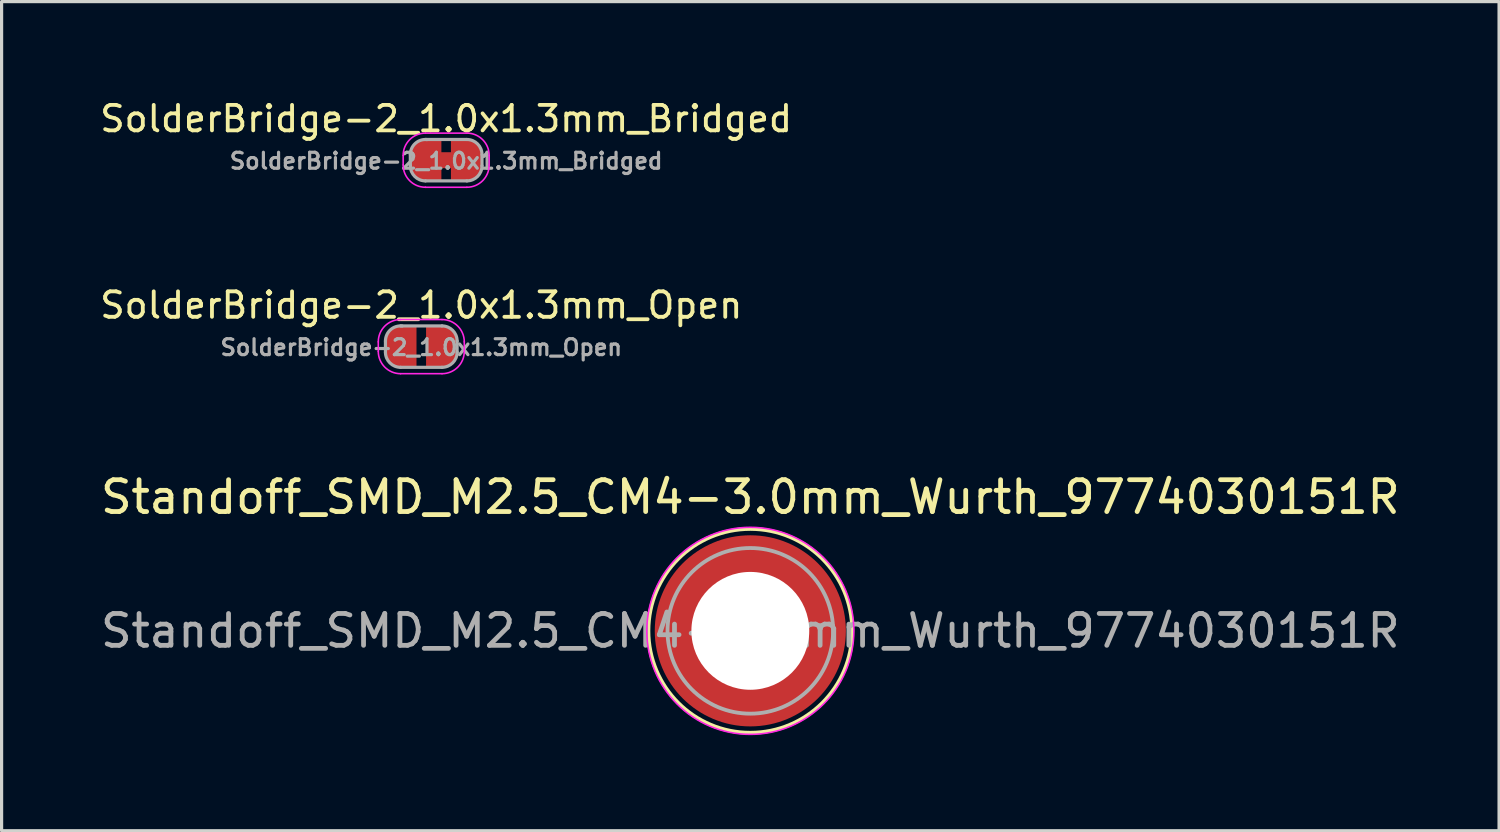
<source format=kicad_pcb>
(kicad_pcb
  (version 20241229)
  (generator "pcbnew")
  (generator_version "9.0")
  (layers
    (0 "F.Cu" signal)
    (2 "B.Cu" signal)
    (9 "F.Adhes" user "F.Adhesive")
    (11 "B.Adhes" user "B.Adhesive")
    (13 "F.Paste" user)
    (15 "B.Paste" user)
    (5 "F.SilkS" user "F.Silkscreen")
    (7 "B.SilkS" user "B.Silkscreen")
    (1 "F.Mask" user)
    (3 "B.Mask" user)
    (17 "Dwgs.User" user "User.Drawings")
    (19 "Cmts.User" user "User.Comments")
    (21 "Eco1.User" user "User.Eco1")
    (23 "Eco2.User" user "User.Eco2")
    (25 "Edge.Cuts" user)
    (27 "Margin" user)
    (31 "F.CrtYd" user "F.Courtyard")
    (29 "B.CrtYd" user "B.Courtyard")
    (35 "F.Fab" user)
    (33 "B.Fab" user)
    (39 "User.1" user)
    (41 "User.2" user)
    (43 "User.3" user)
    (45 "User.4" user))
  (footprint "SolderBridge-2_1.0x1.3mm_Bridged"
    (layer "F.Cu")
    (at 10.957 1.979)
    (property "Reference" "SolderBridge-2_1.0x1.3mm_Bridged" (at 0 -1.3 0) (layer "F.SilkS") (effects (font (size 0.8 0.8) (thickness 0.12))))
    (attr exclude_from_pos_files exclude_from_bom)
    (fp_poly (pts (xy 0.25 -0.25) (xy -0.25 -0.25) (xy -0.25 0.25) (xy 0.25 0.25)) (stroke (width 0) (type solid)) (fill yes) (layer "F.Cu"))
    (fp_line (start -1.35 0.15) (end -1.35 -0.15) (stroke (width 0.05) (type solid)) (layer "F.CrtYd"))
    (fp_line (start -0.65 0.85) (end 0.65 0.85) (stroke (width 0.05) (type solid)) (layer "F.CrtYd"))
    (fp_line (start 0.65 -0.85) (end -0.65 -0.85) (stroke (width 0.05) (type solid)) (layer "F.CrtYd"))
    (fp_line (start 1.35 -0.15) (end 1.35 0.15) (stroke (width 0.05) (type solid)) (layer "F.CrtYd"))
    (fp_arc (start -1.35 -0.15) (mid -1.144975 -0.644975) (end -0.65 -0.85) (stroke (width 0.05) (type solid)) (layer "F.CrtYd"))
    (fp_arc (start -0.65 0.85) (mid -1.144975 0.644975) (end -1.35 0.15) (stroke (width 0.05) (type solid)) (layer "F.CrtYd"))
    (fp_arc (start 0.65 -0.85) (mid 1.144975 -0.644975) (end 1.35 -0.15) (stroke (width 0.05) (type solid)) (layer "F.CrtYd"))
    (fp_arc (start 1.35 0.15) (mid 1.144975 0.644975) (end 0.65 0.85) (stroke (width 0.05) (type solid)) (layer "F.CrtYd"))
    (fp_line (start -1.125 0.175) (end -1.125 -0.175) (stroke (width 0.1) (type solid)) (layer "F.Fab"))
    (fp_line (start -0.65 0.65) (end 0.65 0.65) (stroke (width 0.1) (type solid)) (layer "F.Fab"))
    (fp_line (start 0.65 -0.65) (end -0.65 -0.65) (stroke (width 0.1) (type solid)) (layer "F.Fab"))
    (fp_line (start 1.125 -0.175) (end 1.125 0.175) (stroke (width 0.1) (type solid)) (layer "F.Fab"))
    (fp_arc (start -1.124999 -0.175) (mid -0.967809 -0.528019) (end -0.600274 -0.64739) (stroke (width 0.1) (type solid)) (layer "F.Fab"))
    (fp_arc (start -0.649999 0.650001) (mid -0.985876 0.510877) (end -1.125 0.175) (stroke (width 0.1) (type solid)) (layer "F.Fab"))
    (fp_arc (start 0.65 -0.65) (mid 0.985876 -0.510876) (end 1.125 -0.175) (stroke (width 0.1) (type solid)) (layer "F.Fab"))
    (fp_arc (start 1.125 0.175) (mid 0.985876 0.510876) (end 0.65 0.65) (stroke (width 0.1) (type solid)) (layer "F.Fab"))
    (fp_text user "${REFERENCE}" (at 0 0.025 0) (layer "F.Fab") (effects (font (size 0.5 0.5) (thickness 0.1) (bold yes))))
    (pad "1" smd roundrect (at -0.65 0 180) (size 1 1.3) (layers "F.Cu" "F.Mask") (roundrect_rratio 0.5) (chamfer_ratio 0) (chamfer top_left bottom_left))
    (pad "2" smd roundrect (at 0.65 0) (size 1 1.3) (layers "F.Cu" "F.Mask") (roundrect_rratio 0.5) (chamfer_ratio 0) (chamfer top_left bottom_left)))
  (footprint "SolderBridge-2_1.0x1.3mm_Open"
    (layer "F.Cu")
    (at 10.176 7.832)
    (property "Reference" "SolderBridge-2_1.0x1.3mm_Open" (at 0 -1.3 0) (layer "F.SilkS") (effects (font (size 0.8 0.8) (thickness 0.12))))
    (attr exclude_from_pos_files exclude_from_bom)
    (fp_line (start -1.35 0.15) (end -1.35 -0.15) (stroke (width 0.05) (type solid)) (layer "F.CrtYd"))
    (fp_line (start -0.65 0.85) (end 0.65 0.85) (stroke (width 0.05) (type solid)) (layer "F.CrtYd"))
    (fp_line (start 0.65 -0.85) (end -0.65 -0.85) (stroke (width 0.05) (type solid)) (layer "F.CrtYd"))
    (fp_line (start 1.35 -0.15) (end 1.35 0.15) (stroke (width 0.05) (type solid)) (layer "F.CrtYd"))
    (fp_arc (start -1.35 -0.15) (mid -1.144975 -0.644975) (end -0.65 -0.85) (stroke (width 0.05) (type solid)) (layer "F.CrtYd"))
    (fp_arc (start -0.65 0.85) (mid -1.144975 0.644975) (end -1.35 0.15) (stroke (width 0.05) (type solid)) (layer "F.CrtYd"))
    (fp_arc (start 0.65 -0.85) (mid 1.144975 -0.644975) (end 1.35 -0.15) (stroke (width 0.05) (type solid)) (layer "F.CrtYd"))
    (fp_arc (start 1.35 0.15) (mid 1.144975 0.644975) (end 0.65 0.85) (stroke (width 0.05) (type solid)) (layer "F.CrtYd"))
    (fp_line (start -1.125 0.175) (end -1.125 -0.175) (stroke (width 0.1) (type solid)) (layer "F.Fab"))
    (fp_line (start -0.65 0.65) (end 0.65 0.65) (stroke (width 0.1) (type solid)) (layer "F.Fab"))
    (fp_line (start 0.65 -0.65) (end -0.65 -0.65) (stroke (width 0.1) (type solid)) (layer "F.Fab"))
    (fp_line (start 1.125 -0.175) (end 1.125 0.175) (stroke (width 0.1) (type solid)) (layer "F.Fab"))
    (fp_arc (start -1.124999 -0.175) (mid -0.967809 -0.528019) (end -0.600274 -0.64739) (stroke (width 0.1) (type solid)) (layer "F.Fab"))
    (fp_arc (start -0.649999 0.650001) (mid -0.985876 0.510877) (end -1.125 0.175) (stroke (width 0.1) (type solid)) (layer "F.Fab"))
    (fp_arc (start 0.65 -0.65) (mid 0.985876 -0.510876) (end 1.125 -0.175) (stroke (width 0.1) (type solid)) (layer "F.Fab"))
    (fp_arc (start 1.125 0.175) (mid 0.985876 0.510876) (end 0.65 0.65) (stroke (width 0.1) (type solid)) (layer "F.Fab"))
    (fp_text user "${REFERENCE}" (at 0 0.025 0) (layer "F.Fab") (effects (font (size 0.5 0.5) (thickness 0.1) (bold yes))))
    (pad "1" smd roundrect (at -0.65 0 180) (size 1 1.3) (layers "F.Cu" "F.Mask") (roundrect_rratio 0.5) (chamfer_ratio 0) (chamfer top_left bottom_left))
    (pad "2" smd roundrect (at 0.65 0) (size 1 1.3) (layers "F.Cu" "F.Mask") (roundrect_rratio 0.5) (chamfer_ratio 0) (chamfer top_left bottom_left)))
  (footprint "Standoff_SMD_M2.5_CM4-3.0mm_Wurth_9774030151R"
    (layer "F.Cu")
    (at 20.506 16.755)
    (property "Reference" "Standoff_SMD_M2.5_CM4-3.0mm_Wurth_9774030151R" (at 0 -4.2 0) (unlocked yes) (layer "F.SilkS") (effects (font (size 1 1) (thickness 0.15))))
    (attr smd)
    (fp_circle (center 0 0) (end 3.2 0) (stroke (width 0.12) (type default)) (fill no) (layer "F.SilkS"))
    (fp_poly (pts (xy -1.865 0.335) (xy -1.86 0.369) (xy -1.845 0.434) (xy -1.815 0.549) (xy -1.79 0.623) (xy -1.755 0.713) (xy -1.735 0.763) (xy -1.691 0.858) (xy -1.651 0.933) (xy -1.581 1.047) (xy -1.536 1.112) (xy -1.501 1.157) (xy -1.441 1.232) (xy -1.391 1.287) (xy -1.351 1.331) (xy -1.312 1.366) (xy -1.232 1.441) (xy -1.177 1.486) (xy -1.132 1.521) (xy -1.077 1.561) (xy -1.022 1.596) (xy -0.957 1.636) (xy -0.888 1.676) (xy -0.808 1.715) (xy -0.728 1.75) (xy -0.643 1.785) (xy -0.569 1.81) (xy -0.494 1.83) (xy -0.414 1.85) (xy -0.364 1.86) (xy -0.34 1.865) (xy -0.32 1.865) (xy -0.32 2.911) (xy -0.351 2.905) (xy -0.421 2.895) (xy -0.511 2.88) (xy -0.591 2.865) (xy -0.666 2.85) (xy -0.766 2.825) (xy -0.851 2.8) (xy -0.942 2.77) (xy -1.012 2.745) (xy -1.092 2.715) (xy -1.177 2.68) (xy -1.252 2.645) (xy -1.372 2.584) (xy -1.442 2.544) (xy -1.513 2.504) (xy -1.583 2.459) (xy -1.623 2.434) (xy -1.688 2.389) (xy -1.738 2.354) (xy -1.783 2.319) (xy -1.848 2.269) (xy -1.913 2.214) (xy -1.953 2.179) (xy -2.018 2.119) (xy -2.079 2.059) (xy -2.129 2.008) (xy -2.169 1.963) (xy -2.209 1.918) (xy -2.264 1.853) (xy -2.304 1.803) (xy -2.349 1.743) (xy -2.399 1.673) (xy -2.444 1.608) (xy -2.494 1.528) (xy -2.529 1.473) (xy -2.574 1.387) (xy -2.614 1.317) (xy -2.655 1.232) (xy -2.685 1.162) (xy -2.73 1.057) (xy -2.765 0.957) (xy -2.79 0.882) (xy -2.815 0.801) (xy -2.845 0.681) (xy -2.865 0.596) (xy -2.88 0.516) (xy -2.895 0.431) (xy -2.905 0.35) (xy -2.905 0.32) (xy -1.865 0.32)) (stroke (width 0) (type default)) (fill yes) (layer "F.Paste"))
    (fp_poly (pts (xy -0.32 -1.865) (xy -0.335 -1.865) (xy -0.369 -1.86) (xy -0.434 -1.845) (xy -0.549 -1.815) (xy -0.623 -1.79) (xy -0.713 -1.755) (xy -0.763 -1.735) (xy -0.858 -1.691) (xy -0.933 -1.651) (xy -1.047 -1.581) (xy -1.112 -1.536) (xy -1.157 -1.501) (xy -1.232 -1.441) (xy -1.287 -1.391) (xy -1.331 -1.351) (xy -1.366 -1.312) (xy -1.441 -1.232) (xy -1.486 -1.177) (xy -1.521 -1.132) (xy -1.561 -1.077) (xy -1.596 -1.022) (xy -1.636 -0.957) (xy -1.676 -0.888) (xy -1.715 -0.808) (xy -1.75 -0.728) (xy -1.785 -0.643) (xy -1.81 -0.569) (xy -1.83 -0.494) (xy -1.85 -0.414) (xy -1.86 -0.364) (xy -1.865 -0.34) (xy -1.865 -0.32) (xy -2.911 -0.32) (xy -2.905 -0.351) (xy -2.895 -0.421) (xy -2.88 -0.511) (xy -2.865 -0.591) (xy -2.85 -0.666) (xy -2.825 -0.766) (xy -2.8 -0.851) (xy -2.77 -0.942) (xy -2.745 -1.012) (xy -2.715 -1.092) (xy -2.68 -1.177) (xy -2.645 -1.252) (xy -2.584 -1.372) (xy -2.544 -1.442) (xy -2.504 -1.513) (xy -2.459 -1.583) (xy -2.434 -1.623) (xy -2.389 -1.688) (xy -2.354 -1.738) (xy -2.319 -1.783) (xy -2.269 -1.848) (xy -2.214 -1.913) (xy -2.179 -1.953) (xy -2.119 -2.018) (xy -2.059 -2.079) (xy -2.008 -2.129) (xy -1.963 -2.169) (xy -1.918 -2.209) (xy -1.853 -2.264) (xy -1.803 -2.304) (xy -1.743 -2.349) (xy -1.673 -2.399) (xy -1.608 -2.444) (xy -1.528 -2.494) (xy -1.473 -2.529) (xy -1.387 -2.574) (xy -1.317 -2.614) (xy -1.232 -2.655) (xy -1.162 -2.685) (xy -1.057 -2.73) (xy -0.957 -2.765) (xy -0.882 -2.79) (xy -0.801 -2.815) (xy -0.681 -2.845) (xy -0.596 -2.865) (xy -0.516 -2.88) (xy -0.431 -2.895) (xy -0.35 -2.905) (xy -0.32 -2.905)) (stroke (width 0) (type default)) (fill yes) (layer "F.Paste"))
    (fp_poly (pts (xy 0.351 -2.905) (xy 0.421 -2.895) (xy 0.511 -2.88) (xy 0.591 -2.865) (xy 0.666 -2.85) (xy 0.766 -2.825) (xy 0.851 -2.8) (xy 0.942 -2.77) (xy 1.012 -2.745) (xy 1.092 -2.715) (xy 1.177 -2.68) (xy 1.252 -2.645) (xy 1.372 -2.584) (xy 1.442 -2.544) (xy 1.513 -2.504) (xy 1.583 -2.459) (xy 1.623 -2.434) (xy 1.688 -2.389) (xy 1.738 -2.354) (xy 1.783 -2.319) (xy 1.848 -2.269) (xy 1.913 -2.214) (xy 1.953 -2.179) (xy 2.018 -2.119) (xy 2.079 -2.059) (xy 2.129 -2.008) (xy 2.169 -1.963) (xy 2.209 -1.918) (xy 2.264 -1.853) (xy 2.304 -1.803) (xy 2.349 -1.743) (xy 2.399 -1.673) (xy 2.444 -1.608) (xy 2.494 -1.528) (xy 2.529 -1.473) (xy 2.574 -1.387) (xy 2.614 -1.317) (xy 2.655 -1.232) (xy 2.685 -1.162) (xy 2.73 -1.057) (xy 2.765 -0.957) (xy 2.79 -0.882) (xy 2.815 -0.801) (xy 2.845 -0.681) (xy 2.865 -0.596) (xy 2.88 -0.516) (xy 2.895 -0.431) (xy 2.905 -0.35) (xy 2.905 -0.32) (xy 1.865 -0.32) (xy 1.865 -0.335) (xy 1.86 -0.369) (xy 1.845 -0.434) (xy 1.815 -0.549) (xy 1.79 -0.623) (xy 1.755 -0.713) (xy 1.735 -0.763) (xy 1.691 -0.858) (xy 1.651 -0.933) (xy 1.581 -1.047) (xy 1.536 -1.112) (xy 1.501 -1.157) (xy 1.441 -1.232) (xy 1.391 -1.287) (xy 1.351 -1.331) (xy 1.312 -1.366) (xy 1.232 -1.441) (xy 1.177 -1.486) (xy 1.132 -1.521) (xy 1.077 -1.561) (xy 1.022 -1.596) (xy 0.957 -1.636) (xy 0.888 -1.676) (xy 0.808 -1.715) (xy 0.728 -1.75) (xy 0.643 -1.785) (xy 0.569 -1.81) (xy 0.494 -1.83) (xy 0.414 -1.85) (xy 0.364 -1.86) (xy 0.34 -1.865) (xy 0.32 -1.865) (xy 0.32 -2.911)) (stroke (width 0) (type default)) (fill yes) (layer "F.Paste"))
    (fp_poly (pts (xy 2.905 0.351) (xy 2.895 0.421) (xy 2.88 0.511) (xy 2.865 0.591) (xy 2.85 0.666) (xy 2.825 0.766) (xy 2.8 0.851) (xy 2.77 0.942) (xy 2.745 1.012) (xy 2.715 1.092) (xy 2.68 1.177) (xy 2.645 1.252) (xy 2.584 1.372) (xy 2.544 1.442) (xy 2.504 1.513) (xy 2.459 1.583) (xy 2.434 1.623) (xy 2.389 1.688) (xy 2.354 1.738) (xy 2.319 1.783) (xy 2.269 1.848) (xy 2.214 1.913) (xy 2.179 1.953) (xy 2.119 2.018) (xy 2.059 2.079) (xy 2.008 2.129) (xy 1.963 2.169) (xy 1.918 2.209) (xy 1.853 2.264) (xy 1.803 2.304) (xy 1.743 2.349) (xy 1.673 2.399) (xy 1.608 2.444) (xy 1.528 2.494) (xy 1.473 2.529) (xy 1.387 2.574) (xy 1.317 2.614) (xy 1.232 2.655) (xy 1.162 2.685) (xy 1.057 2.73) (xy 0.957 2.765) (xy 0.882 2.79) (xy 0.801 2.815) (xy 0.681 2.845) (xy 0.596 2.865) (xy 0.516 2.88) (xy 0.431 2.895) (xy 0.35 2.905) (xy 0.32 2.905) (xy 0.32 1.865) (xy 0.335 1.865) (xy 0.369 1.86) (xy 0.434 1.845) (xy 0.549 1.815) (xy 0.623 1.79) (xy 0.713 1.755) (xy 0.763 1.735) (xy 0.858 1.691) (xy 0.933 1.651) (xy 1.047 1.581) (xy 1.112 1.536) (xy 1.157 1.501) (xy 1.232 1.441) (xy 1.287 1.391) (xy 1.331 1.351) (xy 1.366 1.312) (xy 1.441 1.232) (xy 1.486 1.177) (xy 1.521 1.132) (xy 1.561 1.077) (xy 1.596 1.022) (xy 1.636 0.957) (xy 1.676 0.888) (xy 1.715 0.808) (xy 1.75 0.728) (xy 1.785 0.643) (xy 1.81 0.569) (xy 1.83 0.494) (xy 1.85 0.414) (xy 1.86 0.364) (xy 1.865 0.34) (xy 1.865 0.32) (xy 2.911 0.32)) (stroke (width 0) (type default)) (fill yes) (layer "F.Paste"))
    (fp_circle (center 0 0) (end 3.25 0) (stroke (width 0.05) (type default)) (fill no) (layer "F.CrtYd"))
    (fp_circle (center 0 0) (end 2.6 0) (stroke (width 0.12) (type default)) (fill no) (layer "F.Fab"))
    (fp_text user "${REFERENCE}" (at 0 0 0) (unlocked yes) (layer "F.Fab") (effects (font (size 1 1) (thickness 0.15))))
    (pad "" np_thru_hole circle (at 0 0) (size 3.7 3.7) (drill 3.7) (layers "*.Cu" "*.Mask"))
    (pad "1" smd circle (at 0 0) (size 6 6) (layers "F.Cu" "F.Mask")))
  (gr_rect
    (start -3 -3)
    (end 44.012 23.03)
    (stroke (width 0.1) (type default))
    (fill no)
    (layer "Edge.Cuts")))
</source>
